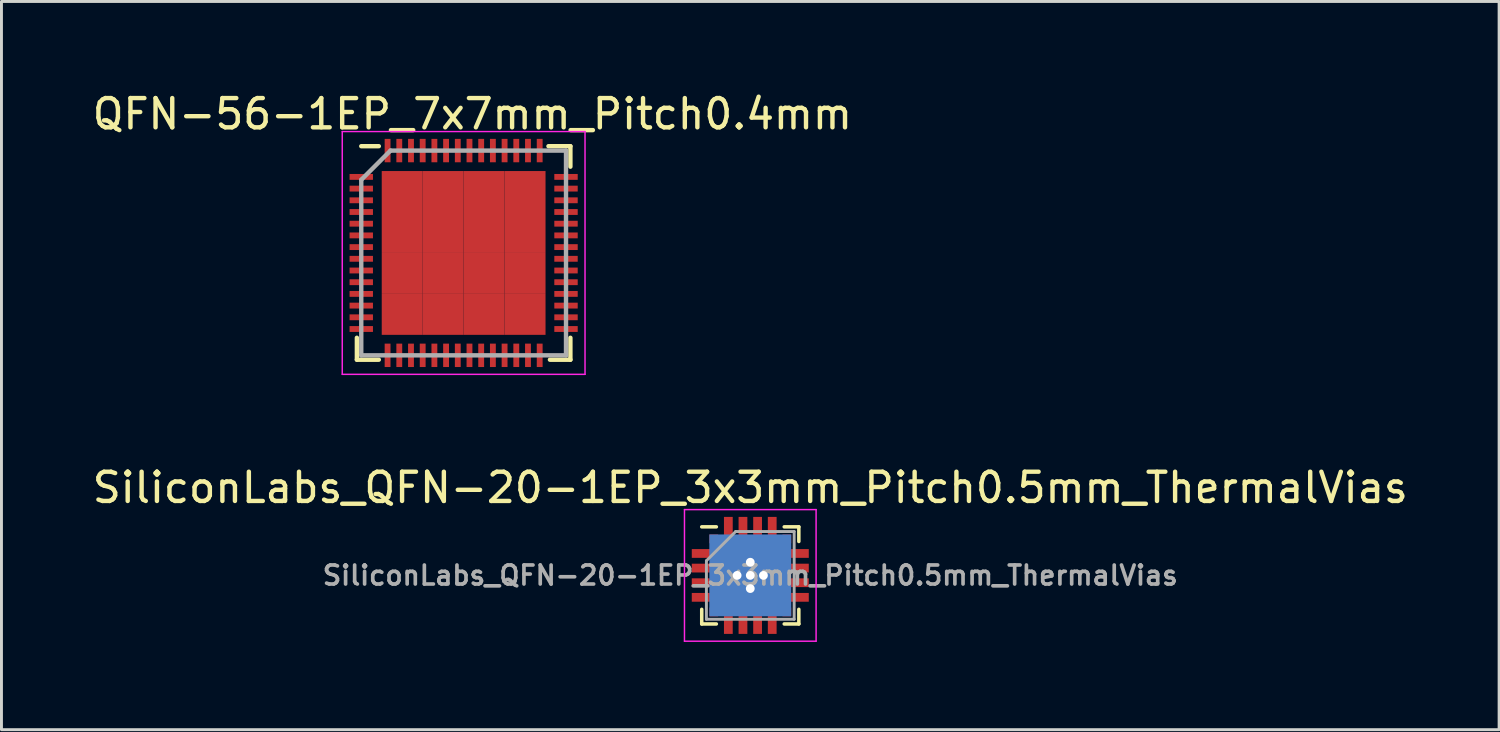
<source format=kicad_pcb>
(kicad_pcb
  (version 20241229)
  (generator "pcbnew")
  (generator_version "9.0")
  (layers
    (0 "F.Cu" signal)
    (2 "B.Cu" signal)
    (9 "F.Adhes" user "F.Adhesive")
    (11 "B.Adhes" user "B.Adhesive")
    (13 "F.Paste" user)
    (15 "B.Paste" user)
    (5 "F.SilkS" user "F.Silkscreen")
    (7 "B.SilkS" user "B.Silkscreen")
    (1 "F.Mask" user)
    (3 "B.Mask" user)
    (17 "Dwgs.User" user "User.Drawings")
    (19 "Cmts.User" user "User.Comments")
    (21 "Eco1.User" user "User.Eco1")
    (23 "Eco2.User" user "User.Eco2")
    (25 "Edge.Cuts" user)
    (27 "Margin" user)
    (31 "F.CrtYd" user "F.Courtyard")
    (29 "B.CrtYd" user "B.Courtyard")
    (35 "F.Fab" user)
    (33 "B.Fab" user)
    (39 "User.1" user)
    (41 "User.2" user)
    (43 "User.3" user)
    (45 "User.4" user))
  (footprint "SiliconLabs_QFN-20-1EP_3x3mm_Pitch0.5mm_ThermalVias"
    (layer "F.Cu")
    (at 22.601 16.622)
    (property "Reference" "SiliconLabs_QFN-20-1EP_3x3mm_Pitch0.5mm_ThermalVias" (at 0 -3 0) (layer "F.SilkS") (effects (font (size 1 1) (thickness 0.15))))
    (attr smd)
    (fp_line (start -1.66 -1.66) (end -1.16 -1.66) (stroke (width 0.12) (type solid)) (layer "F.SilkS"))
    (fp_line (start -1.66 1.66) (end -1.66 1.16) (stroke (width 0.12) (type solid)) (layer "F.SilkS"))
    (fp_line (start -1.16 1.66) (end -1.66 1.66) (stroke (width 0.12) (type solid)) (layer "F.SilkS"))
    (fp_line (start 1.16 -1.66) (end 1.66 -1.66) (stroke (width 0.12) (type solid)) (layer "F.SilkS"))
    (fp_line (start 1.16 1.66) (end 1.66 1.66) (stroke (width 0.12) (type solid)) (layer "F.SilkS"))
    (fp_line (start 1.66 -1.66) (end 1.66 -1.16) (stroke (width 0.12) (type solid)) (layer "F.SilkS"))
    (fp_line (start 1.66 1.66) (end 1.66 1.16) (stroke (width 0.12) (type solid)) (layer "F.SilkS"))
    (fp_line (start -2.25 -2.25) (end -2.25 2.25) (stroke (width 0.05) (type solid)) (layer "F.CrtYd"))
    (fp_line (start -2.25 2.25) (end 2.25 2.25) (stroke (width 0.05) (type solid)) (layer "F.CrtYd"))
    (fp_line (start 2.25 -2.25) (end -2.25 -2.25) (stroke (width 0.05) (type solid)) (layer "F.CrtYd"))
    (fp_line (start 2.25 2.25) (end 2.25 -2.25) (stroke (width 0.05) (type solid)) (layer "F.CrtYd"))
    (fp_line (start -1.5 -0.5) (end -0.5 -1.5) (stroke (width 0.1) (type solid)) (layer "F.Fab"))
    (fp_line (start -1.5 1.5) (end -1.5 -0.5) (stroke (width 0.1) (type solid)) (layer "F.Fab"))
    (fp_line (start -0.5 -1.5) (end 1.5 -1.5) (stroke (width 0.1) (type solid)) (layer "F.Fab"))
    (fp_line (start 1.5 -1.5) (end 1.5 1.5) (stroke (width 0.1) (type solid)) (layer "F.Fab"))
    (fp_line (start 1.5 1.5) (end -1.5 1.5) (stroke (width 0.1) (type solid)) (layer "F.Fab"))
    (fp_text user "${REFERENCE}" (at 0 0 0) (layer "F.Fab") (effects (font (size 0.65 0.65) (thickness 0.125))))
    (pad "" smd rect (at -0.45 -0.45) (size 0.54 0.54) (layers "F.Paste"))
    (pad "" smd rect (at -0.45 0.45) (size 0.54 0.54) (layers "F.Paste"))
    (pad "" smd rect (at 0.45 -0.45) (size 0.54 0.54) (layers "F.Paste"))
    (pad "" smd rect (at 0.45 0.45) (size 0.54 0.54) (layers "F.Paste"))
    (pad "1" smd rect (at -1.25 -1.25) (size 0.3 0.3) (layers "F.Cu" "F.Mask" "F.Paste"))
    (pad "2" smd rect (at -1.55 -0.75) (size 0.9 0.3) (layers "F.Cu" "F.Mask" "F.Paste"))
    (pad "3" smd rect (at -1.55 -0.25) (size 0.9 0.3) (layers "F.Cu" "F.Mask" "F.Paste"))
    (pad "4" smd rect (at -1.55 0.25) (size 0.9 0.3) (layers "F.Cu" "F.Mask" "F.Paste"))
    (pad "5" smd rect (at -1.55 0.75) (size 0.9 0.3) (layers "F.Cu" "F.Mask" "F.Paste"))
    (pad "6" smd rect (at -1.25 1.25) (size 0.3 0.3) (layers "F.Cu" "F.Mask" "F.Paste"))
    (pad "7" smd rect (at -0.75 1.55 90) (size 0.9 0.3) (layers "F.Cu" "F.Mask" "F.Paste"))
    (pad "8" smd rect (at -0.25 1.55 90) (size 0.9 0.3) (layers "F.Cu" "F.Mask" "F.Paste"))
    (pad "9" smd rect (at 0.25 1.55 90) (size 0.9 0.3) (layers "F.Cu" "F.Mask" "F.Paste"))
    (pad "10" smd rect (at 0.75 1.55 90) (size 0.9 0.3) (layers "F.Cu" "F.Mask" "F.Paste"))
    (pad "11" smd rect (at 1.25 1.25) (size 0.3 0.3) (layers "F.Cu" "F.Mask" "F.Paste"))
    (pad "12" smd rect (at 1.55 0.75) (size 0.9 0.3) (layers "F.Cu" "F.Mask" "F.Paste"))
    (pad "13" smd rect (at 1.55 0.25) (size 0.9 0.3) (layers "F.Cu" "F.Mask" "F.Paste"))
    (pad "14" smd rect (at 1.55 -0.25) (size 0.9 0.3) (layers "F.Cu" "F.Mask" "F.Paste"))
    (pad "15" smd rect (at 1.55 -0.75) (size 0.9 0.3) (layers "F.Cu" "F.Mask" "F.Paste"))
    (pad "16" smd rect (at 1.25 -1.25) (size 0.3 0.3) (layers "F.Cu" "F.Mask" "F.Paste"))
    (pad "17" smd rect (at 0.75 -1.55 90) (size 0.9 0.3) (layers "F.Cu" "F.Mask" "F.Paste"))
    (pad "18" smd rect (at 0.25 -1.55 90) (size 0.9 0.3) (layers "F.Cu" "F.Mask" "F.Paste"))
    (pad "19" smd rect (at -0.25 -1.55 90) (size 0.9 0.3) (layers "F.Cu" "F.Mask" "F.Paste"))
    (pad "20" smd rect (at -0.75 -1.55 90) (size 0.9 0.3) (layers "F.Cu" "F.Mask" "F.Paste"))
    (pad "21" thru_hole circle (at -0.45 0) (size 0.6 0.6) (drill 0.3) (layers "*.Cu"))
    (pad "21" thru_hole circle (at 0 -0.45) (size 0.6 0.6) (drill 0.3) (layers "*.Cu"))
    (pad "21" thru_hole circle (at 0 0) (size 0.6 0.6) (drill 0.3) (layers "*.Cu"))
    (pad "21" smd rect (at 0 0) (size 1.8 1.8) (layers "F.Cu" "F.Mask"))
    (pad "21" smd rect (at 0 0) (size 2.8 2.8) (layers "B.Cu"))
    (pad "21" thru_hole circle (at 0 0.45) (size 0.6 0.6) (drill 0.3) (layers "*.Cu"))
    (pad "21" thru_hole circle (at 0.45 0) (size 0.6 0.6) (drill 0.3) (layers "*.Cu")))
  (footprint "QFN-56-1EP_7x7mm_Pitch0.4mm"
    (layer "F.Cu")
    (at 12.801 5.598)
    (property "Reference" "QFN-56-1EP_7x7mm_Pitch0.4mm" (at 0.3 -4.75 0) (layer "F.SilkS") (effects (font (size 1 1) (thickness 0.15))))
    (attr smd)
    (fp_line (start -3.65 2.9) (end -3.65 3.65) (stroke (width 0.15) (type solid)) (layer "F.SilkS"))
    (fp_line (start -3.65 3.65) (end -2.9 3.65) (stroke (width 0.15) (type solid)) (layer "F.SilkS"))
    (fp_line (start -3.5 -3.65) (end -2.9 -3.65) (stroke (width 0.15) (type solid)) (layer "F.SilkS"))
    (fp_line (start 3.65 -3.65) (end 2.9 -3.65) (stroke (width 0.15) (type solid)) (layer "F.SilkS"))
    (fp_line (start 3.65 -3.65) (end 3.65 -2.95) (stroke (width 0.15) (type solid)) (layer "F.SilkS"))
    (fp_line (start 3.65 2.9) (end 3.65 3.65) (stroke (width 0.15) (type solid)) (layer "F.SilkS"))
    (fp_line (start 3.65 3.65) (end 2.95 3.65) (stroke (width 0.15) (type solid)) (layer "F.SilkS"))
    (fp_line (start -4.15 -4.15) (end -4.15 4.15) (stroke (width 0.05) (type solid)) (layer "F.CrtYd"))
    (fp_line (start -4.15 -4.15) (end 4.15 -4.15) (stroke (width 0.05) (type solid)) (layer "F.CrtYd"))
    (fp_line (start -4.15 4.15) (end 4.15 4.15) (stroke (width 0.05) (type solid)) (layer "F.CrtYd"))
    (fp_line (start 4.15 -4.15) (end 4.15 4.15) (stroke (width 0.05) (type solid)) (layer "F.CrtYd"))
    (fp_line (start -3.5 -2.5) (end -2.5 -3.5) (stroke (width 0.15) (type solid)) (layer "F.Fab"))
    (fp_line (start -3.5 3.5) (end -3.5 -2.5) (stroke (width 0.15) (type solid)) (layer "F.Fab"))
    (fp_line (start -2.5 -3.5) (end 3.5 -3.5) (stroke (width 0.15) (type solid)) (layer "F.Fab"))
    (fp_line (start 3.5 -3.5) (end 3.5 3.5) (stroke (width 0.15) (type solid)) (layer "F.Fab"))
    (fp_line (start 3.5 3.5) (end -3.5 3.5) (stroke (width 0.15) (type solid)) (layer "F.Fab"))
    (pad "1" smd rect (at -3.5 -2.6) (size 0.8 0.2) (layers "F.Cu" "F.Mask" "F.Paste"))
    (pad "2" smd rect (at -3.5 -2.2) (size 0.8 0.2) (layers "F.Cu" "F.Mask" "F.Paste"))
    (pad "3" smd rect (at -3.5 -1.8) (size 0.8 0.2) (layers "F.Cu" "F.Mask" "F.Paste"))
    (pad "4" smd rect (at -3.5 -1.4) (size 0.8 0.2) (layers "F.Cu" "F.Mask" "F.Paste"))
    (pad "5" smd rect (at -3.5 -1) (size 0.8 0.2) (layers "F.Cu" "F.Mask" "F.Paste"))
    (pad "6" smd rect (at -3.5 -0.6) (size 0.8 0.2) (layers "F.Cu" "F.Mask" "F.Paste"))
    (pad "7" smd rect (at -3.5 -0.2) (size 0.8 0.2) (layers "F.Cu" "F.Mask" "F.Paste"))
    (pad "8" smd rect (at -3.5 0.2) (size 0.8 0.2) (layers "F.Cu" "F.Mask" "F.Paste"))
    (pad "9" smd rect (at -3.5 0.6) (size 0.8 0.2) (layers "F.Cu" "F.Mask" "F.Paste"))
    (pad "10" smd rect (at -3.5 1) (size 0.8 0.2) (layers "F.Cu" "F.Mask" "F.Paste"))
    (pad "11" smd rect (at -3.5 1.4) (size 0.8 0.2) (layers "F.Cu" "F.Mask" "F.Paste"))
    (pad "12" smd rect (at -3.5 1.8) (size 0.8 0.2) (layers "F.Cu" "F.Mask" "F.Paste"))
    (pad "13" smd rect (at -3.5 2.2) (size 0.8 0.2) (layers "F.Cu" "F.Mask" "F.Paste"))
    (pad "14" smd rect (at -3.5 2.6) (size 0.8 0.2) (layers "F.Cu" "F.Mask" "F.Paste"))
    (pad "15" smd rect (at -2.6 3.5 90) (size 0.8 0.2) (layers "F.Cu" "F.Mask" "F.Paste"))
    (pad "16" smd rect (at -2.2 3.5 90) (size 0.8 0.2) (layers "F.Cu" "F.Mask" "F.Paste"))
    (pad "17" smd rect (at -1.8 3.5 90) (size 0.8 0.2) (layers "F.Cu" "F.Mask" "F.Paste"))
    (pad "18" smd rect (at -1.4 3.5 90) (size 0.8 0.2) (layers "F.Cu" "F.Mask" "F.Paste"))
    (pad "19" smd rect (at -1 3.5 90) (size 0.8 0.2) (layers "F.Cu" "F.Mask" "F.Paste"))
    (pad "20" smd rect (at -0.6 3.5 90) (size 0.8 0.2) (layers "F.Cu" "F.Mask" "F.Paste"))
    (pad "21" smd rect (at -0.2 3.5 90) (size 0.8 0.2) (layers "F.Cu" "F.Mask" "F.Paste"))
    (pad "22" smd rect (at 0.2 3.5 90) (size 0.8 0.2) (layers "F.Cu" "F.Mask" "F.Paste"))
    (pad "23" smd rect (at 0.6 3.5 90) (size 0.8 0.2) (layers "F.Cu" "F.Mask" "F.Paste"))
    (pad "24" smd rect (at 1 3.5 90) (size 0.8 0.2) (layers "F.Cu" "F.Mask" "F.Paste"))
    (pad "25" smd rect (at 1.4 3.5 90) (size 0.8 0.2) (layers "F.Cu" "F.Mask" "F.Paste"))
    (pad "26" smd rect (at 1.8 3.5 90) (size 0.8 0.2) (layers "F.Cu" "F.Mask" "F.Paste"))
    (pad "27" smd rect (at 2.2 3.5 90) (size 0.8 0.2) (layers "F.Cu" "F.Mask" "F.Paste"))
    (pad "28" smd rect (at 2.6 3.5 90) (size 0.8 0.2) (layers "F.Cu" "F.Mask" "F.Paste"))
    (pad "29" smd rect (at 3.5 2.6) (size 0.8 0.2) (layers "F.Cu" "F.Mask" "F.Paste"))
    (pad "30" smd rect (at 3.5 2.2) (size 0.8 0.2) (layers "F.Cu" "F.Mask" "F.Paste"))
    (pad "31" smd rect (at 3.5 1.8) (size 0.8 0.2) (layers "F.Cu" "F.Mask" "F.Paste"))
    (pad "32" smd rect (at 3.5 1.4) (size 0.8 0.2) (layers "F.Cu" "F.Mask" "F.Paste"))
    (pad "33" smd rect (at 3.5 1) (size 0.8 0.2) (layers "F.Cu" "F.Mask" "F.Paste"))
    (pad "34" smd rect (at 3.5 0.6) (size 0.8 0.2) (layers "F.Cu" "F.Mask" "F.Paste"))
    (pad "35" smd rect (at 3.5 0.2) (size 0.8 0.2) (layers "F.Cu" "F.Mask" "F.Paste"))
    (pad "36" smd rect (at 3.5 -0.2) (size 0.8 0.2) (layers "F.Cu" "F.Mask" "F.Paste"))
    (pad "37" smd rect (at 3.5 -0.6) (size 0.8 0.2) (layers "F.Cu" "F.Mask" "F.Paste"))
    (pad "38" smd rect (at 3.5 -1) (size 0.8 0.2) (layers "F.Cu" "F.Mask" "F.Paste"))
    (pad "39" smd rect (at 3.5 -1.4) (size 0.8 0.2) (layers "F.Cu" "F.Mask" "F.Paste"))
    (pad "40" smd rect (at 3.5 -1.8) (size 0.8 0.2) (layers "F.Cu" "F.Mask" "F.Paste"))
    (pad "41" smd rect (at 3.5 -2.2) (size 0.8 0.2) (layers "F.Cu" "F.Mask" "F.Paste"))
    (pad "42" smd rect (at 3.5 -2.6) (size 0.8 0.2) (layers "F.Cu" "F.Mask" "F.Paste"))
    (pad "43" smd rect (at 2.6 -3.5 90) (size 0.8 0.2) (layers "F.Cu" "F.Mask" "F.Paste"))
    (pad "44" smd rect (at 2.2 -3.5 90) (size 0.8 0.2) (layers "F.Cu" "F.Mask" "F.Paste"))
    (pad "45" smd rect (at 1.8 -3.5 90) (size 0.8 0.2) (layers "F.Cu" "F.Mask" "F.Paste"))
    (pad "46" smd rect (at 1.4 -3.5 90) (size 0.8 0.2) (layers "F.Cu" "F.Mask" "F.Paste"))
    (pad "47" smd rect (at 1 -3.5 90) (size 0.8 0.2) (layers "F.Cu" "F.Mask" "F.Paste"))
    (pad "48" smd rect (at 0.6 -3.5 90) (size 0.8 0.2) (layers "F.Cu" "F.Mask" "F.Paste"))
    (pad "49" smd rect (at 0.2 -3.5 90) (size 0.8 0.2) (layers "F.Cu" "F.Mask" "F.Paste"))
    (pad "50" smd rect (at -0.2 -3.5 90) (size 0.8 0.2) (layers "F.Cu" "F.Mask" "F.Paste"))
    (pad "51" smd rect (at -0.6 -3.5 90) (size 0.8 0.2) (layers "F.Cu" "F.Mask" "F.Paste"))
    (pad "52" smd rect (at -1 -3.5 90) (size 0.8 0.2) (layers "F.Cu" "F.Mask" "F.Paste"))
    (pad "53" smd rect (at -1.4 -3.5 90) (size 0.8 0.2) (layers "F.Cu" "F.Mask" "F.Paste"))
    (pad "54" smd rect (at -1.8 -3.5 90) (size 0.8 0.2) (layers "F.Cu" "F.Mask" "F.Paste"))
    (pad "55" smd rect (at -2.2 -3.5 90) (size 0.8 0.2) (layers "F.Cu" "F.Mask" "F.Paste"))
    (pad "56" smd rect (at -2.6 -3.5 90) (size 0.8 0.2) (layers "F.Cu" "F.Mask" "F.Paste"))
    (pad "57" smd rect (at -2.1 -2.1) (size 1.4 1.4) (layers "F.Cu" "F.Mask" "F.Paste"))
    (pad "57" smd rect (at -2.1 -0.7) (size 1.4 1.4) (layers "F.Cu" "F.Mask" "F.Paste"))
    (pad "57" smd rect (at -2.1 0.7) (size 1.4 1.4) (layers "F.Cu" "F.Mask" "F.Paste"))
    (pad "57" smd rect (at -2.1 2.1) (size 1.4 1.4) (layers "F.Cu" "F.Mask" "F.Paste"))
    (pad "57" smd rect (at -0.7 -2.1) (size 1.4 1.4) (layers "F.Cu" "F.Mask" "F.Paste"))
    (pad "57" smd rect (at -0.7 -0.7) (size 1.4 1.4) (layers "F.Cu" "F.Mask" "F.Paste"))
    (pad "57" smd rect (at -0.7 0.7) (size 1.4 1.4) (layers "F.Cu" "F.Mask" "F.Paste"))
    (pad "57" smd rect (at -0.7 2.1) (size 1.4 1.4) (layers "F.Cu" "F.Mask" "F.Paste"))
    (pad "57" smd rect (at 0.7 -2.1) (size 1.4 1.4) (layers "F.Cu" "F.Mask" "F.Paste"))
    (pad "57" smd rect (at 0.7 -0.7) (size 1.4 1.4) (layers "F.Cu" "F.Mask" "F.Paste"))
    (pad "57" smd rect (at 0.7 0.7) (size 1.4 1.4) (layers "F.Cu" "F.Mask" "F.Paste"))
    (pad "57" smd rect (at 0.7 2.1) (size 1.4 1.4) (layers "F.Cu" "F.Mask" "F.Paste"))
    (pad "57" smd rect (at 2.1 -2.1) (size 1.4 1.4) (layers "F.Cu" "F.Mask" "F.Paste"))
    (pad "57" smd rect (at 2.1 -0.7) (size 1.4 1.4) (layers "F.Cu" "F.Mask" "F.Paste"))
    (pad "57" smd rect (at 2.1 0.7) (size 1.4 1.4) (layers "F.Cu" "F.Mask" "F.Paste"))
    (pad "57" smd rect (at 2.1 2.1) (size 1.4 1.4) (layers "F.Cu" "F.Mask" "F.Paste")))
  (gr_rect
    (start -3 -3)
    (end 48.202 21.896)
    (stroke (width 0.1) (type default))
    (fill no)
    (layer "Edge.Cuts")))
</source>
